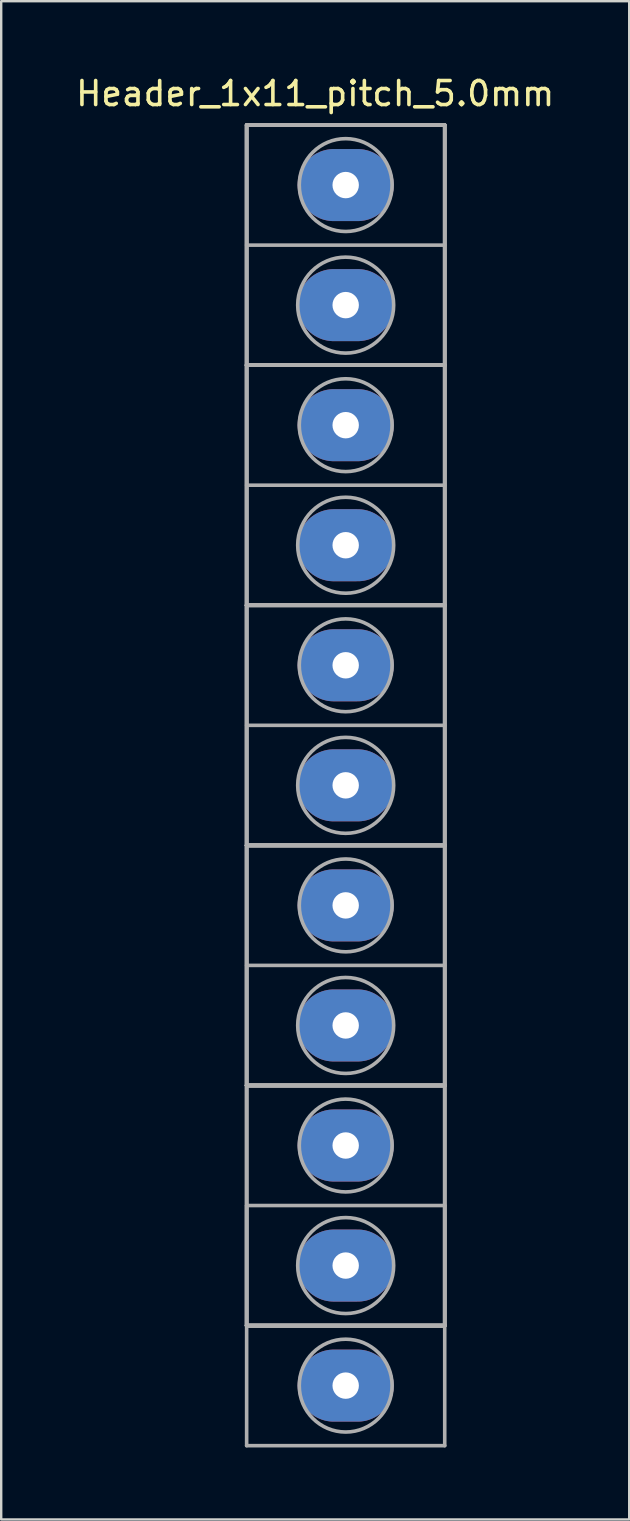
<source format=kicad_pcb>
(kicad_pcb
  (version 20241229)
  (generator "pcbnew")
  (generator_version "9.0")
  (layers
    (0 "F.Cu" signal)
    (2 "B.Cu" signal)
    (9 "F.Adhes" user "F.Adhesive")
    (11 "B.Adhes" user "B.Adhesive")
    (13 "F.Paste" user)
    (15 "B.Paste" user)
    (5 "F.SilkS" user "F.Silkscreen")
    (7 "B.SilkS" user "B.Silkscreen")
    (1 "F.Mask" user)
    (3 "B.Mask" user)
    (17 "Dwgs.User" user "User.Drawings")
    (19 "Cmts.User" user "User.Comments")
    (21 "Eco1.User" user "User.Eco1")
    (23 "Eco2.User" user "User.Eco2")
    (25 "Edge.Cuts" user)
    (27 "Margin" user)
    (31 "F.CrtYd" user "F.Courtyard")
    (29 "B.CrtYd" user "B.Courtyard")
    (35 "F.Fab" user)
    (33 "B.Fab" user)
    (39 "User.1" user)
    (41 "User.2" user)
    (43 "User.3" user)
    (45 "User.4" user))
  (footprint "Header_1x11_pitch_5.0mm"
    (layer "F.Cu")
    (at 11.347 4.658)
    (property "Reference" "Header_1x11_pitch_5.0mm" (at -1.27 -3.81 0) (layer "F.SilkS") (effects (font (size 1 1) (thickness 0.15))))
    (attr through_hole)
    (fp_line (start -4.125 -2.5) (end -4.125 7.5) (stroke (width 0.15) (type solid)) (layer "F.Fab"))
    (fp_line (start -4.125 -2.5) (end -4.125 7.5) (stroke (width 0.15) (type solid)) (layer "F.Fab"))
    (fp_line (start -4.125 -2.5) (end -4.125 7.5) (stroke (width 0.15) (type solid)) (layer "F.Fab"))
    (fp_line (start -4.125 -2.5) (end -4.125 7.5) (stroke (width 0.15) (type solid)) (layer "F.Fab"))
    (fp_line (start -4.125 -2.5) (end 4.125 -2.5) (stroke (width 0.15) (type solid)) (layer "F.Fab"))
    (fp_line (start -4.125 -2.5) (end 4.125 -2.5) (stroke (width 0.15) (type solid)) (layer "F.Fab"))
    (fp_line (start -4.125 -2.5) (end 4.125 -2.5) (stroke (width 0.15) (type solid)) (layer "F.Fab"))
    (fp_line (start -4.125 -2.5) (end 4.125 -2.5) (stroke (width 0.15) (type solid)) (layer "F.Fab"))
    (fp_line (start -4.125 2.5) (end 4.125 2.5) (stroke (width 0.15) (type solid)) (layer "F.Fab"))
    (fp_line (start -4.125 7.5) (end -4.125 17.5) (stroke (width 0.15) (type solid)) (layer "F.Fab"))
    (fp_line (start -4.125 7.5) (end -4.125 17.5) (stroke (width 0.15) (type solid)) (layer "F.Fab"))
    (fp_line (start -4.125 7.5) (end -4.125 17.5) (stroke (width 0.15) (type solid)) (layer "F.Fab"))
    (fp_line (start -4.125 7.5) (end -4.125 17.5) (stroke (width 0.15) (type solid)) (layer "F.Fab"))
    (fp_line (start -4.125 7.5) (end 4.125 7.5) (stroke (width 0.15) (type solid)) (layer "F.Fab"))
    (fp_line (start -4.125 7.5) (end 4.125 7.5) (stroke (width 0.15) (type solid)) (layer "F.Fab"))
    (fp_line (start -4.125 7.5) (end 4.125 7.5) (stroke (width 0.15) (type solid)) (layer "F.Fab"))
    (fp_line (start -4.125 7.5) (end 4.125 7.5) (stroke (width 0.15) (type solid)) (layer "F.Fab"))
    (fp_line (start -4.125 7.5) (end 4.125 7.5) (stroke (width 0.15) (type solid)) (layer "F.Fab"))
    (fp_line (start -4.125 7.5) (end 4.125 7.5) (stroke (width 0.15) (type solid)) (layer "F.Fab"))
    (fp_line (start -4.125 7.5) (end 4.125 7.5) (stroke (width 0.15) (type solid)) (layer "F.Fab"))
    (fp_line (start -4.125 7.5) (end 4.125 7.5) (stroke (width 0.15) (type solid)) (layer "F.Fab"))
    (fp_line (start -4.125 12.5) (end 4.125 12.5) (stroke (width 0.15) (type solid)) (layer "F.Fab"))
    (fp_line (start -4.125 17.5) (end -4.125 27.5) (stroke (width 0.15) (type solid)) (layer "F.Fab"))
    (fp_line (start -4.125 17.5) (end -4.125 27.5) (stroke (width 0.15) (type solid)) (layer "F.Fab"))
    (fp_line (start -4.125 17.5) (end -4.125 27.5) (stroke (width 0.15) (type solid)) (layer "F.Fab"))
    (fp_line (start -4.125 17.5) (end -4.125 27.5) (stroke (width 0.15) (type solid)) (layer "F.Fab"))
    (fp_line (start -4.125 17.5) (end 4.125 17.5) (stroke (width 0.15) (type solid)) (layer "F.Fab"))
    (fp_line (start -4.125 17.5) (end 4.125 17.5) (stroke (width 0.15) (type solid)) (layer "F.Fab"))
    (fp_line (start -4.125 17.5) (end 4.125 17.5) (stroke (width 0.15) (type solid)) (layer "F.Fab"))
    (fp_line (start -4.125 17.5) (end 4.125 17.5) (stroke (width 0.15) (type solid)) (layer "F.Fab"))
    (fp_line (start -4.125 17.5) (end 4.125 17.5) (stroke (width 0.15) (type solid)) (layer "F.Fab"))
    (fp_line (start -4.125 17.5) (end 4.125 17.5) (stroke (width 0.15) (type solid)) (layer "F.Fab"))
    (fp_line (start -4.125 17.5) (end 4.125 17.5) (stroke (width 0.15) (type solid)) (layer "F.Fab"))
    (fp_line (start -4.125 17.5) (end 4.125 17.5) (stroke (width 0.15) (type solid)) (layer "F.Fab"))
    (fp_line (start -4.125 22.5) (end 4.125 22.5) (stroke (width 0.15) (type solid)) (layer "F.Fab"))
    (fp_line (start -4.125 27.5) (end -4.125 37.5) (stroke (width 0.15) (type solid)) (layer "F.Fab"))
    (fp_line (start -4.125 27.5) (end -4.125 37.5) (stroke (width 0.15) (type solid)) (layer "F.Fab"))
    (fp_line (start -4.125 27.5) (end -4.125 37.5) (stroke (width 0.15) (type solid)) (layer "F.Fab"))
    (fp_line (start -4.125 27.5) (end -4.125 37.5) (stroke (width 0.15) (type solid)) (layer "F.Fab"))
    (fp_line (start -4.125 27.5) (end 4.125 27.5) (stroke (width 0.15) (type solid)) (layer "F.Fab"))
    (fp_line (start -4.125 27.5) (end 4.125 27.5) (stroke (width 0.15) (type solid)) (layer "F.Fab"))
    (fp_line (start -4.125 27.5) (end 4.125 27.5) (stroke (width 0.15) (type solid)) (layer "F.Fab"))
    (fp_line (start -4.125 27.5) (end 4.125 27.5) (stroke (width 0.15) (type solid)) (layer "F.Fab"))
    (fp_line (start -4.125 27.5) (end 4.125 27.5) (stroke (width 0.15) (type solid)) (layer "F.Fab"))
    (fp_line (start -4.125 27.5) (end 4.125 27.5) (stroke (width 0.15) (type solid)) (layer "F.Fab"))
    (fp_line (start -4.125 27.5) (end 4.125 27.5) (stroke (width 0.15) (type solid)) (layer "F.Fab"))
    (fp_line (start -4.125 27.5) (end 4.125 27.5) (stroke (width 0.15) (type solid)) (layer "F.Fab"))
    (fp_line (start -4.125 32.5) (end 4.125 32.5) (stroke (width 0.15) (type solid)) (layer "F.Fab"))
    (fp_line (start -4.125 37.5) (end -4.125 47.5) (stroke (width 0.15) (type solid)) (layer "F.Fab"))
    (fp_line (start -4.125 37.5) (end -4.125 47.5) (stroke (width 0.15) (type solid)) (layer "F.Fab"))
    (fp_line (start -4.125 37.5) (end -4.125 47.5) (stroke (width 0.15) (type solid)) (layer "F.Fab"))
    (fp_line (start -4.125 37.5) (end 4.125 37.5) (stroke (width 0.15) (type solid)) (layer "F.Fab"))
    (fp_line (start -4.125 37.5) (end 4.125 37.5) (stroke (width 0.15) (type solid)) (layer "F.Fab"))
    (fp_line (start -4.125 37.5) (end 4.125 37.5) (stroke (width 0.15) (type solid)) (layer "F.Fab"))
    (fp_line (start -4.125 37.5) (end 4.125 37.5) (stroke (width 0.15) (type solid)) (layer "F.Fab"))
    (fp_line (start -4.125 37.5) (end 4.125 37.5) (stroke (width 0.15) (type solid)) (layer "F.Fab"))
    (fp_line (start -4.125 37.5) (end 4.125 37.5) (stroke (width 0.15) (type solid)) (layer "F.Fab"))
    (fp_line (start -4.125 37.5) (end 4.125 37.5) (stroke (width 0.15) (type solid)) (layer "F.Fab"))
    (fp_line (start -4.125 37.5) (end 4.125 37.5) (stroke (width 0.15) (type solid)) (layer "F.Fab"))
    (fp_line (start -4.125 42.5) (end -4.125 52.5) (stroke (width 0.15) (type solid)) (layer "F.Fab"))
    (fp_line (start -4.125 42.5) (end 4.125 42.5) (stroke (width 0.15) (type solid)) (layer "F.Fab"))
    (fp_line (start -4.125 47.5) (end 4.125 47.5) (stroke (width 0.15) (type solid)) (layer "F.Fab"))
    (fp_line (start -4.125 47.5) (end 4.125 47.5) (stroke (width 0.15) (type solid)) (layer "F.Fab"))
    (fp_line (start -4.125 47.5) (end 4.125 47.5) (stroke (width 0.15) (type solid)) (layer "F.Fab"))
    (fp_line (start -4.125 47.5) (end 4.125 47.5) (stroke (width 0.15) (type solid)) (layer "F.Fab"))
    (fp_line (start -4.125 47.5) (end 4.125 47.5) (stroke (width 0.15) (type solid)) (layer "F.Fab"))
    (fp_line (start -4.125 47.5) (end 4.125 47.5) (stroke (width 0.15) (type solid)) (layer "F.Fab"))
    (fp_line (start -4.125 47.5) (end 4.125 47.5) (stroke (width 0.15) (type solid)) (layer "F.Fab"))
    (fp_line (start -4.125 47.5) (end 4.125 47.5) (stroke (width 0.15) (type solid)) (layer "F.Fab"))
    (fp_line (start -4.125 52.5) (end 4.125 52.5) (stroke (width 0.15) (type solid)) (layer "F.Fab"))
    (fp_line (start 4.125 -2.5) (end 4.125 7.5) (stroke (width 0.15) (type solid)) (layer "F.Fab"))
    (fp_line (start 4.125 -2.5) (end 4.125 7.5) (stroke (width 0.15) (type solid)) (layer "F.Fab"))
    (fp_line (start 4.125 -2.5) (end 4.125 7.5) (stroke (width 0.15) (type solid)) (layer "F.Fab"))
    (fp_line (start 4.125 -2.5) (end 4.125 7.5) (stroke (width 0.15) (type solid)) (layer "F.Fab"))
    (fp_line (start 4.125 7.5) (end 4.125 17.5) (stroke (width 0.15) (type solid)) (layer "F.Fab"))
    (fp_line (start 4.125 7.5) (end 4.125 17.5) (stroke (width 0.15) (type solid)) (layer "F.Fab"))
    (fp_line (start 4.125 7.5) (end 4.125 17.5) (stroke (width 0.15) (type solid)) (layer "F.Fab"))
    (fp_line (start 4.125 7.5) (end 4.125 17.5) (stroke (width 0.15) (type solid)) (layer "F.Fab"))
    (fp_line (start 4.125 17.5) (end 4.125 27.5) (stroke (width 0.15) (type solid)) (layer "F.Fab"))
    (fp_line (start 4.125 17.5) (end 4.125 27.5) (stroke (width 0.15) (type solid)) (layer "F.Fab"))
    (fp_line (start 4.125 17.5) (end 4.125 27.5) (stroke (width 0.15) (type solid)) (layer "F.Fab"))
    (fp_line (start 4.125 17.5) (end 4.125 27.5) (stroke (width 0.15) (type solid)) (layer "F.Fab"))
    (fp_line (start 4.125 27.5) (end 4.125 37.5) (stroke (width 0.15) (type solid)) (layer "F.Fab"))
    (fp_line (start 4.125 27.5) (end 4.125 37.5) (stroke (width 0.15) (type solid)) (layer "F.Fab"))
    (fp_line (start 4.125 27.5) (end 4.125 37.5) (stroke (width 0.15) (type solid)) (layer "F.Fab"))
    (fp_line (start 4.125 27.5) (end 4.125 37.5) (stroke (width 0.15) (type solid)) (layer "F.Fab"))
    (fp_line (start 4.125 37.5) (end 4.125 47.5) (stroke (width 0.15) (type solid)) (layer "F.Fab"))
    (fp_line (start 4.125 37.5) (end 4.125 47.5) (stroke (width 0.15) (type solid)) (layer "F.Fab"))
    (fp_line (start 4.125 37.5) (end 4.125 47.5) (stroke (width 0.15) (type solid)) (layer "F.Fab"))
    (fp_line (start 4.125 42.5) (end 4.125 52.5) (stroke (width 0.15) (type solid)) (layer "F.Fab"))
    (fp_circle (center 0 0) (end 1.25 -1.475) (stroke (width 0.15) (type solid)) (fill no) (layer "F.Fab"))
    (fp_circle (center 0 5) (end 1.375 3.55) (stroke (width 0.15) (type solid)) (fill no) (layer "F.Fab"))
    (fp_circle (center 0 10) (end 1.25 8.525) (stroke (width 0.15) (type solid)) (fill no) (layer "F.Fab"))
    (fp_circle (center 0 15) (end 1.375 13.55) (stroke (width 0.15) (type solid)) (fill no) (layer "F.Fab"))
    (fp_circle (center 0 20) (end 1.25 18.525) (stroke (width 0.15) (type solid)) (fill no) (layer "F.Fab"))
    (fp_circle (center 0 25) (end 1.375 23.55) (stroke (width 0.15) (type solid)) (fill no) (layer "F.Fab"))
    (fp_circle (center 0 30) (end 1.25 28.525) (stroke (width 0.15) (type solid)) (fill no) (layer "F.Fab"))
    (fp_circle (center 0 35) (end 1.375 33.55) (stroke (width 0.15) (type solid)) (fill no) (layer "F.Fab"))
    (fp_circle (center 0 40) (end 1.25 38.525) (stroke (width 0.15) (type solid)) (fill no) (layer "F.Fab"))
    (fp_circle (center 0 45) (end 1.375 43.55) (stroke (width 0.15) (type solid)) (fill no) (layer "F.Fab"))
    (fp_circle (center 0 50) (end 1.25 48.525) (stroke (width 0.15) (type solid)) (fill no) (layer "F.Fab"))
    (pad "1" thru_hole oval (at 0 0) (size 4 3) (drill 1.1) (layers "*.Cu" "*.Mask"))
    (pad "2" thru_hole oval (at 0 5) (size 4 3) (drill 1.1) (layers "*.Cu" "*.Mask"))
    (pad "3" thru_hole oval (at 0 10) (size 4 3) (drill 1.1) (layers "*.Cu" "*.Mask"))
    (pad "4" thru_hole oval (at 0 15) (size 4 3) (drill 1.1) (layers "*.Cu" "*.Mask"))
    (pad "5" thru_hole oval (at 0 20) (size 4 3) (drill 1.1) (layers "*.Cu" "*.Mask"))
    (pad "6" thru_hole oval (at 0 25) (size 4 3) (drill 1.1) (layers "*.Cu" "*.Mask"))
    (pad "7" thru_hole oval (at 0 30) (size 4 3) (drill 1.1) (layers "*.Cu" "*.Mask"))
    (pad "8" thru_hole oval (at 0 35) (size 4 3) (drill 1.1) (layers "*.Cu" "*.Mask"))
    (pad "9" thru_hole oval (at 0 40) (size 4 3) (drill 1.1) (layers "*.Cu" "*.Mask"))
    (pad "10" thru_hole oval (at 0 45) (size 4 3) (drill 1.1) (layers "*.Cu" "*.Mask"))
    (pad "11" thru_hole oval (at 0 50) (size 4 3) (drill 1.1) (layers "*.Cu" "*.Mask")))
  (gr_rect
    (start -3 -3)
    (end 23.155 60.233)
    (stroke (width 0.1) (type default))
    (fill no)
    (layer "Edge.Cuts")))
</source>
